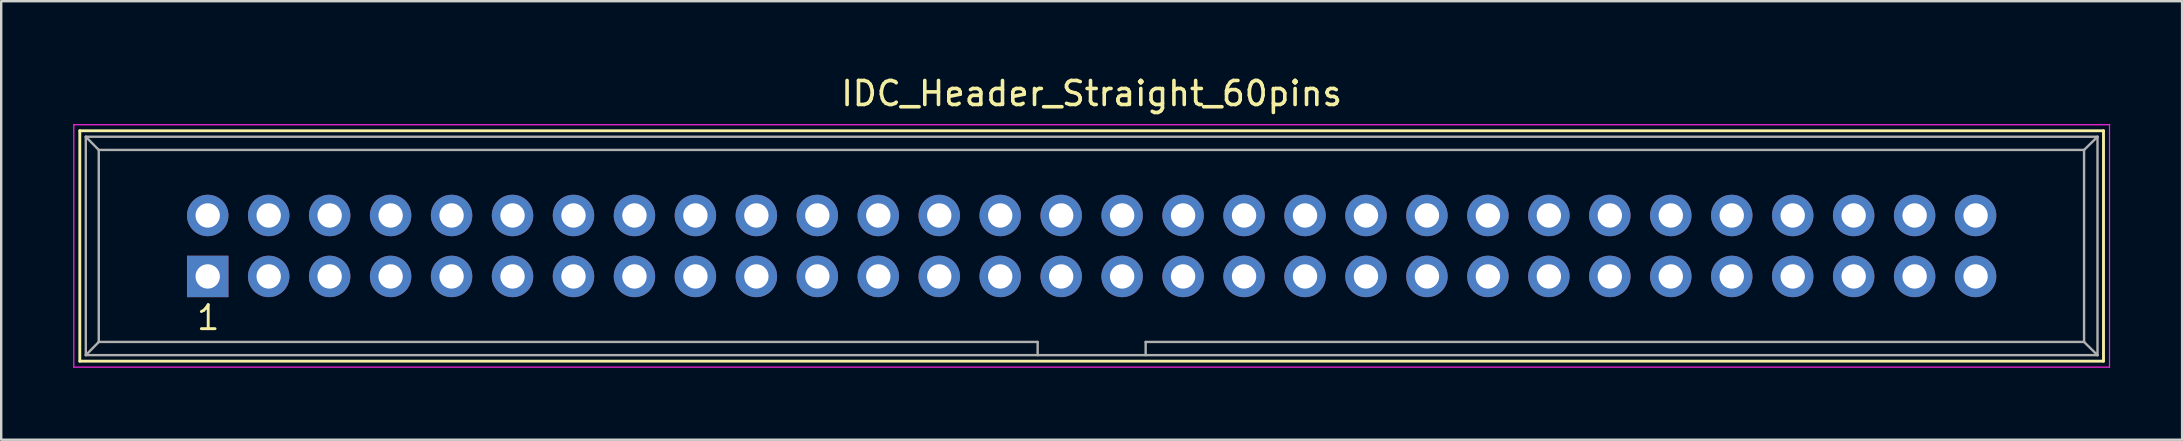
<source format=kicad_pcb>
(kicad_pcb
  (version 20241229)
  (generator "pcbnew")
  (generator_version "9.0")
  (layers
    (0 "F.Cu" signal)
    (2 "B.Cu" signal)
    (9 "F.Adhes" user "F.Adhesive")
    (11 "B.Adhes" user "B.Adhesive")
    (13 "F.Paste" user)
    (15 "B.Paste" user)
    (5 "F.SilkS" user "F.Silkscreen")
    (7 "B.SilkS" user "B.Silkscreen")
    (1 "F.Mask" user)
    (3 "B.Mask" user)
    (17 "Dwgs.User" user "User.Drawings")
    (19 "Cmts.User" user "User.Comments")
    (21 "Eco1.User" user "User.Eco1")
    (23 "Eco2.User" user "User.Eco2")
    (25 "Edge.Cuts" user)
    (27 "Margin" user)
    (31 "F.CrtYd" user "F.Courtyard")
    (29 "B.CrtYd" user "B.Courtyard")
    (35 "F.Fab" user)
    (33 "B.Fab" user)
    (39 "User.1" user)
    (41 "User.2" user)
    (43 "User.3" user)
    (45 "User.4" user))
  (footprint "IDC_Header_Straight_60pins"
    (layer "F.Cu")
    (at 5.605 8.468)
    (property "Reference" "IDC_Header_Straight_60pins" (at 36.83 -7.62 0) (layer "F.SilkS") (effects (font (size 1 1) (thickness 0.15))))
    (attr through_hole)
    (fp_line (start -5.33 -6.07) (end 78.99 -6.07) (stroke (width 0.12) (type solid)) (layer "F.SilkS"))
    (fp_line (start -5.33 3.53) (end -5.33 -6.07) (stroke (width 0.12) (type solid)) (layer "F.SilkS"))
    (fp_line (start 78.99 -6.07) (end 78.99 3.53) (stroke (width 0.12) (type solid)) (layer "F.SilkS"))
    (fp_line (start 78.99 3.53) (end -5.33 3.53) (stroke (width 0.12) (type solid)) (layer "F.SilkS"))
    (fp_line (start -5.58 -6.32) (end 79.24 -6.32) (stroke (width 0.05) (type solid)) (layer "F.CrtYd"))
    (fp_line (start -5.58 3.78) (end -5.58 -6.32) (stroke (width 0.05) (type solid)) (layer "F.CrtYd"))
    (fp_line (start 79.24 -6.32) (end 79.24 3.78) (stroke (width 0.05) (type solid)) (layer "F.CrtYd"))
    (fp_line (start 79.24 3.78) (end -5.58 3.78) (stroke (width 0.05) (type solid)) (layer "F.CrtYd"))
    (fp_line (start -5.08 -5.82) (end -5.08 3.28) (stroke (width 0.1) (type solid)) (layer "F.Fab"))
    (fp_line (start -5.08 -5.82) (end -4.54 -5.27) (stroke (width 0.1) (type solid)) (layer "F.Fab"))
    (fp_line (start -5.08 -5.82) (end 78.74 -5.82) (stroke (width 0.1) (type solid)) (layer "F.Fab"))
    (fp_line (start -5.08 3.28) (end -4.54 2.73) (stroke (width 0.1) (type solid)) (layer "F.Fab"))
    (fp_line (start -5.08 3.28) (end 78.74 3.28) (stroke (width 0.1) (type solid)) (layer "F.Fab"))
    (fp_line (start -4.54 -5.27) (end -4.54 2.73) (stroke (width 0.1) (type solid)) (layer "F.Fab"))
    (fp_line (start -4.54 -5.27) (end 78.18 -5.27) (stroke (width 0.1) (type solid)) (layer "F.Fab"))
    (fp_line (start -4.54 2.73) (end 34.58 2.73) (stroke (width 0.1) (type solid)) (layer "F.Fab"))
    (fp_line (start 34.58 2.73) (end 34.58 3.28) (stroke (width 0.1) (type solid)) (layer "F.Fab"))
    (fp_line (start 39.08 2.73) (end 39.08 3.28) (stroke (width 0.1) (type solid)) (layer "F.Fab"))
    (fp_line (start 39.08 2.73) (end 78.18 2.73) (stroke (width 0.1) (type solid)) (layer "F.Fab"))
    (fp_line (start 78.18 -5.27) (end 78.18 2.73) (stroke (width 0.1) (type solid)) (layer "F.Fab"))
    (fp_line (start 78.74 -5.82) (end 78.18 -5.27) (stroke (width 0.1) (type solid)) (layer "F.Fab"))
    (fp_line (start 78.74 -5.82) (end 78.74 3.28) (stroke (width 0.1) (type solid)) (layer "F.Fab"))
    (fp_line (start 78.74 3.28) (end 78.18 2.73) (stroke (width 0.1) (type solid)) (layer "F.Fab"))
    (fp_text user "1" (at 0.02 1.72 0) (layer "F.SilkS") (effects (font (size 1 1) (thickness 0.12))))
    (pad "1" thru_hole rect (at 0 0) (size 1.727 1.727) (drill 1.016) (layers "*.Cu" "*.Mask"))
    (pad "2" thru_hole oval (at 0 -2.54) (size 1.727 1.727) (drill 1.016) (layers "*.Cu" "*.Mask"))
    (pad "3" thru_hole oval (at 2.54 0) (size 1.727 1.727) (drill 1.016) (layers "*.Cu" "*.Mask"))
    (pad "4" thru_hole oval (at 2.54 -2.54) (size 1.727 1.727) (drill 1.016) (layers "*.Cu" "*.Mask"))
    (pad "5" thru_hole oval (at 5.08 0) (size 1.727 1.727) (drill 1.016) (layers "*.Cu" "*.Mask"))
    (pad "6" thru_hole oval (at 5.08 -2.54) (size 1.727 1.727) (drill 1.016) (layers "*.Cu" "*.Mask"))
    (pad "7" thru_hole oval (at 7.62 0) (size 1.727 1.727) (drill 1.016) (layers "*.Cu" "*.Mask"))
    (pad "8" thru_hole oval (at 7.62 -2.54) (size 1.727 1.727) (drill 1.016) (layers "*.Cu" "*.Mask"))
    (pad "9" thru_hole oval (at 10.16 0) (size 1.727 1.727) (drill 1.016) (layers "*.Cu" "*.Mask"))
    (pad "10" thru_hole oval (at 10.16 -2.54) (size 1.727 1.727) (drill 1.016) (layers "*.Cu" "*.Mask"))
    (pad "11" thru_hole oval (at 12.7 0) (size 1.727 1.727) (drill 1.016) (layers "*.Cu" "*.Mask"))
    (pad "12" thru_hole oval (at 12.7 -2.54) (size 1.727 1.727) (drill 1.016) (layers "*.Cu" "*.Mask"))
    (pad "13" thru_hole oval (at 15.24 0) (size 1.727 1.727) (drill 1.016) (layers "*.Cu" "*.Mask"))
    (pad "14" thru_hole oval (at 15.24 -2.54) (size 1.727 1.727) (drill 1.016) (layers "*.Cu" "*.Mask"))
    (pad "15" thru_hole oval (at 17.78 0) (size 1.727 1.727) (drill 1.016) (layers "*.Cu" "*.Mask"))
    (pad "16" thru_hole oval (at 17.78 -2.54) (size 1.727 1.727) (drill 1.016) (layers "*.Cu" "*.Mask"))
    (pad "17" thru_hole oval (at 20.32 0) (size 1.727 1.727) (drill 1.016) (layers "*.Cu" "*.Mask"))
    (pad "18" thru_hole oval (at 20.32 -2.54) (size 1.727 1.727) (drill 1.016) (layers "*.Cu" "*.Mask"))
    (pad "19" thru_hole oval (at 22.86 0) (size 1.727 1.727) (drill 1.016) (layers "*.Cu" "*.Mask"))
    (pad "20" thru_hole oval (at 22.86 -2.54) (size 1.727 1.727) (drill 1.016) (layers "*.Cu" "*.Mask"))
    (pad "21" thru_hole oval (at 25.4 0) (size 1.727 1.727) (drill 1.016) (layers "*.Cu" "*.Mask"))
    (pad "22" thru_hole oval (at 25.4 -2.54) (size 1.727 1.727) (drill 1.016) (layers "*.Cu" "*.Mask"))
    (pad "23" thru_hole oval (at 27.94 0) (size 1.727 1.727) (drill 1.016) (layers "*.Cu" "*.Mask"))
    (pad "24" thru_hole oval (at 27.94 -2.54) (size 1.727 1.727) (drill 1.016) (layers "*.Cu" "*.Mask"))
    (pad "25" thru_hole oval (at 30.48 0) (size 1.727 1.727) (drill 1.016) (layers "*.Cu" "*.Mask"))
    (pad "26" thru_hole oval (at 30.48 -2.54) (size 1.727 1.727) (drill 1.016) (layers "*.Cu" "*.Mask"))
    (pad "27" thru_hole oval (at 33.02 0) (size 1.727 1.727) (drill 1.016) (layers "*.Cu" "*.Mask"))
    (pad "28" thru_hole oval (at 33.02 -2.54) (size 1.727 1.727) (drill 1.016) (layers "*.Cu" "*.Mask"))
    (pad "29" thru_hole oval (at 35.56 0) (size 1.727 1.727) (drill 1.016) (layers "*.Cu" "*.Mask"))
    (pad "30" thru_hole oval (at 35.56 -2.54) (size 1.727 1.727) (drill 1.016) (layers "*.Cu" "*.Mask"))
    (pad "31" thru_hole oval (at 38.1 0) (size 1.727 1.727) (drill 1.016) (layers "*.Cu" "*.Mask"))
    (pad "32" thru_hole oval (at 38.1 -2.54) (size 1.727 1.727) (drill 1.016) (layers "*.Cu" "*.Mask"))
    (pad "33" thru_hole oval (at 40.64 0) (size 1.727 1.727) (drill 1.016) (layers "*.Cu" "*.Mask"))
    (pad "34" thru_hole oval (at 40.64 -2.54) (size 1.727 1.727) (drill 1.016) (layers "*.Cu" "*.Mask"))
    (pad "35" thru_hole oval (at 43.18 0) (size 1.727 1.727) (drill 1.016) (layers "*.Cu" "*.Mask"))
    (pad "36" thru_hole oval (at 43.18 -2.54) (size 1.727 1.727) (drill 1.016) (layers "*.Cu" "*.Mask"))
    (pad "37" thru_hole oval (at 45.72 0) (size 1.727 1.727) (drill 1.016) (layers "*.Cu" "*.Mask"))
    (pad "38" thru_hole oval (at 45.72 -2.54) (size 1.727 1.727) (drill 1.016) (layers "*.Cu" "*.Mask"))
    (pad "39" thru_hole oval (at 48.26 0) (size 1.727 1.727) (drill 1.016) (layers "*.Cu" "*.Mask"))
    (pad "40" thru_hole oval (at 48.26 -2.54) (size 1.727 1.727) (drill 1.016) (layers "*.Cu" "*.Mask"))
    (pad "41" thru_hole oval (at 50.8 0) (size 1.727 1.727) (drill 1.016) (layers "*.Cu" "*.Mask"))
    (pad "42" thru_hole oval (at 50.8 -2.54) (size 1.727 1.727) (drill 1.016) (layers "*.Cu" "*.Mask"))
    (pad "43" thru_hole oval (at 53.34 0) (size 1.727 1.727) (drill 1.016) (layers "*.Cu" "*.Mask"))
    (pad "44" thru_hole oval (at 53.34 -2.54) (size 1.727 1.727) (drill 1.016) (layers "*.Cu" "*.Mask"))
    (pad "45" thru_hole oval (at 55.88 0) (size 1.727 1.727) (drill 1.016) (layers "*.Cu" "*.Mask"))
    (pad "46" thru_hole oval (at 55.88 -2.54) (size 1.727 1.727) (drill 1.016) (layers "*.Cu" "*.Mask"))
    (pad "47" thru_hole oval (at 58.42 0) (size 1.727 1.727) (drill 1.016) (layers "*.Cu" "*.Mask"))
    (pad "48" thru_hole oval (at 58.42 -2.54) (size 1.727 1.727) (drill 1.016) (layers "*.Cu" "*.Mask"))
    (pad "49" thru_hole oval (at 60.96 0) (size 1.727 1.727) (drill 1.016) (layers "*.Cu" "*.Mask"))
    (pad "50" thru_hole oval (at 60.96 -2.54) (size 1.727 1.727) (drill 1.016) (layers "*.Cu" "*.Mask"))
    (pad "51" thru_hole oval (at 63.5 0) (size 1.727 1.727) (drill 1.016) (layers "*.Cu" "*.Mask"))
    (pad "52" thru_hole oval (at 63.5 -2.54) (size 1.727 1.727) (drill 1.016) (layers "*.Cu" "*.Mask"))
    (pad "53" thru_hole oval (at 66.04 0) (size 1.727 1.727) (drill 1.016) (layers "*.Cu" "*.Mask"))
    (pad "54" thru_hole oval (at 66.04 -2.54) (size 1.727 1.727) (drill 1.016) (layers "*.Cu" "*.Mask"))
    (pad "55" thru_hole oval (at 68.58 0) (size 1.727 1.727) (drill 1.016) (layers "*.Cu" "*.Mask"))
    (pad "56" thru_hole oval (at 68.58 -2.54) (size 1.727 1.727) (drill 1.016) (layers "*.Cu" "*.Mask"))
    (pad "57" thru_hole oval (at 71.12 0) (size 1.727 1.727) (drill 1.016) (layers "*.Cu" "*.Mask"))
    (pad "58" thru_hole oval (at 71.12 -2.54) (size 1.727 1.727) (drill 1.016) (layers "*.Cu" "*.Mask"))
    (pad "59" thru_hole oval (at 73.66 0) (size 1.727 1.727) (drill 1.016) (layers "*.Cu" "*.Mask"))
    (pad "60" thru_hole oval (at 73.66 -2.54) (size 1.727 1.727) (drill 1.016) (layers "*.Cu" "*.Mask")))
  (gr_rect
    (start -3 -3)
    (end 87.87 15.273)
    (stroke (width 0.1) (type default))
    (fill no)
    (layer "Edge.Cuts")))
</source>
